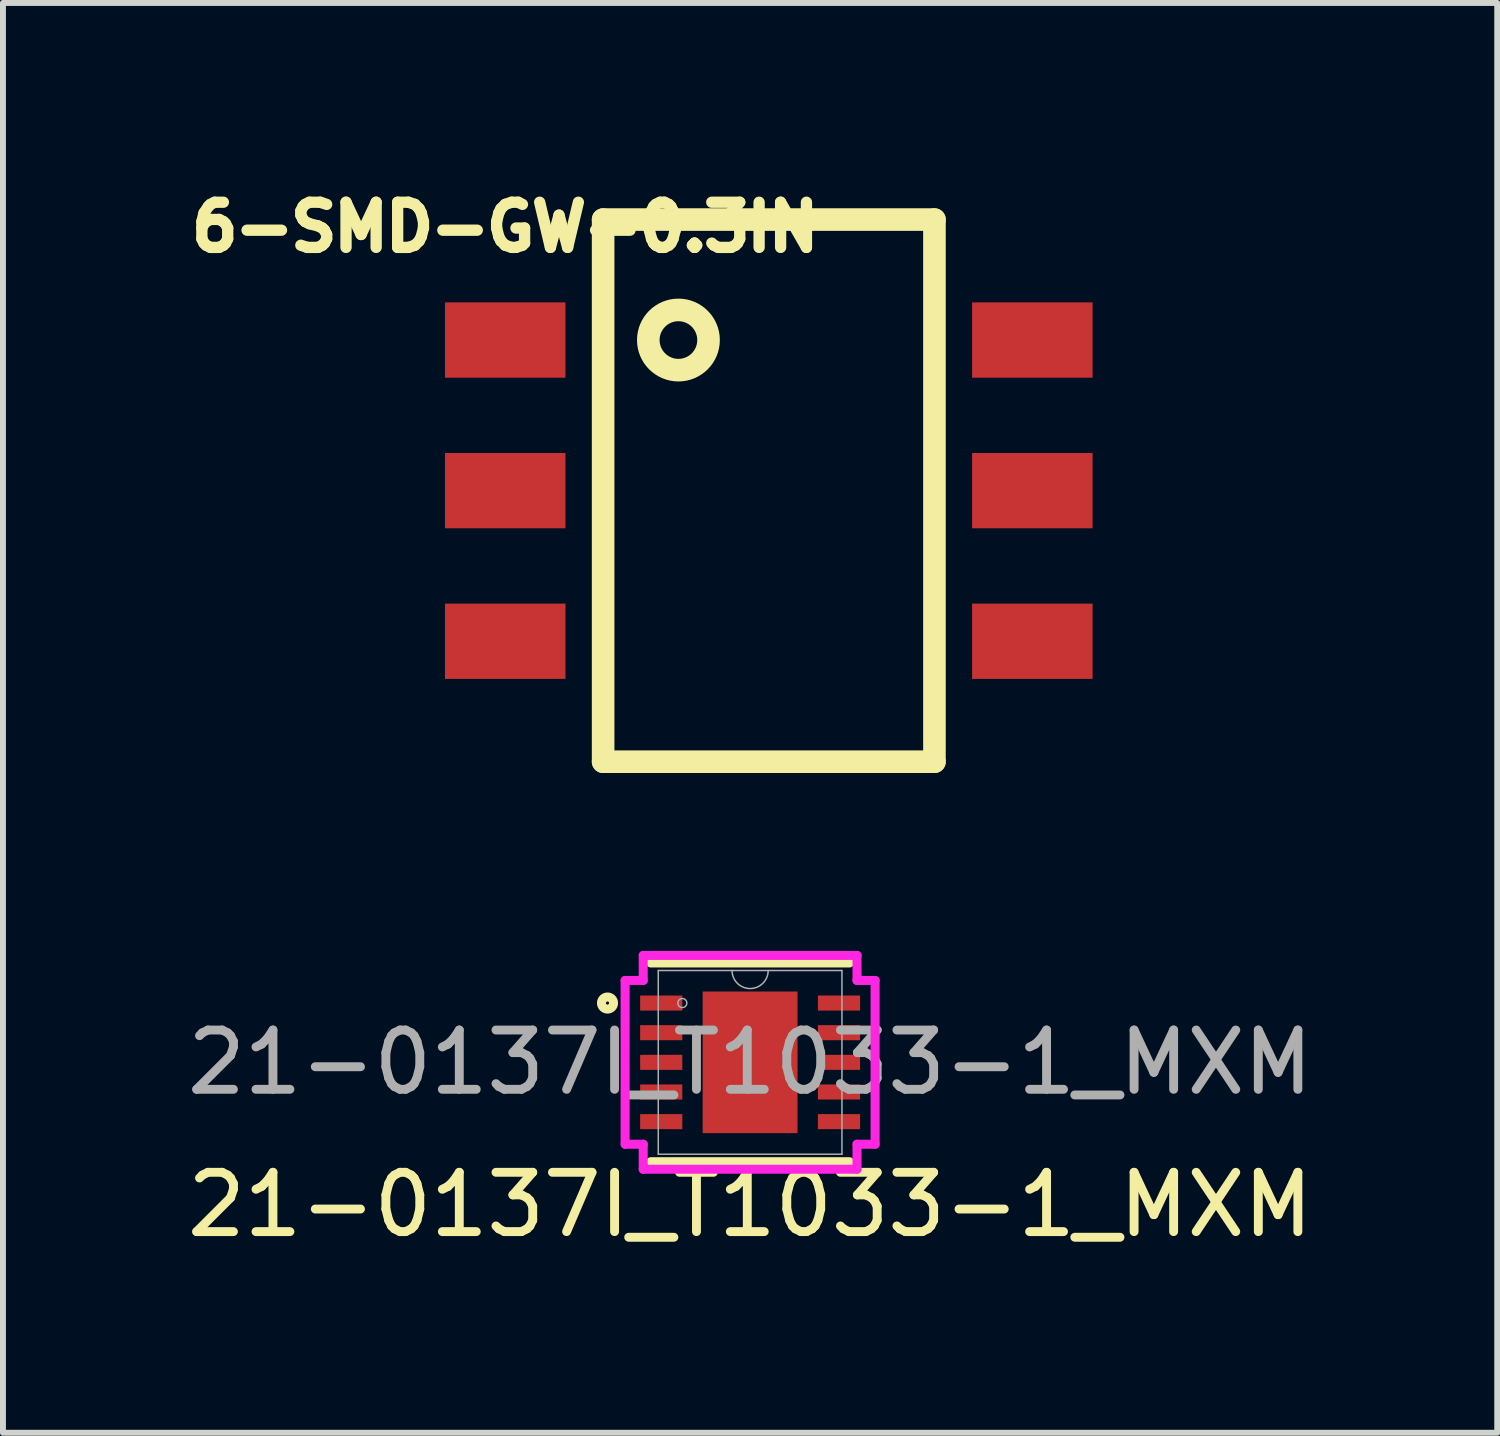
<source format=kicad_pcb>
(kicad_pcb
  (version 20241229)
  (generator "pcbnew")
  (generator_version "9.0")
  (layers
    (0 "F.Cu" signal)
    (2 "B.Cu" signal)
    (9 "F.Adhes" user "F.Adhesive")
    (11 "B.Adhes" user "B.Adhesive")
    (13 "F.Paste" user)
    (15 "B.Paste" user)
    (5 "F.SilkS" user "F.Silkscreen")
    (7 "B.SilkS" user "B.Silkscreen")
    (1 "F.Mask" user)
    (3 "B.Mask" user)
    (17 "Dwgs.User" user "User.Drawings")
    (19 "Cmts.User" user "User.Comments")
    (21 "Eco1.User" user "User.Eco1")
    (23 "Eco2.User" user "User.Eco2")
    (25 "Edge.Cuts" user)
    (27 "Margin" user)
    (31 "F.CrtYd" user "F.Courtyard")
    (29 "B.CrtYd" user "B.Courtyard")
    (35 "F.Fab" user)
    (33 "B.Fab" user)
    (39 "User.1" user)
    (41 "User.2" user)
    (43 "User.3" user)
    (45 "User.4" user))
  (footprint "21-0137I_T1033-1_MXM"
    (layer "F.Cu")
    (at 9.601 14.867)
    (property "Reference" "21-0137I_T1033-1_MXM" (at 0 2.4 0) (unlocked yes) (layer "F.SilkS") (effects (font (size 1 1) (thickness 0.15))))
    (attr smd)
    (fp_line (start -1.676 1.676) (end 1.676 1.676) (stroke (width 0.152) (type solid)) (layer "F.SilkS"))
    (fp_line (start 1.676 -1.676) (end -1.676 -1.676) (stroke (width 0.152) (type solid)) (layer "F.SilkS"))
    (fp_circle (center -2.405 -1) (end -2.303 -1) (stroke (width 0.152) (type solid)) (fill no) (layer "F.SilkS"))
    (fp_line (start -2.108 -1.381) (end -1.803 -1.381) (stroke (width 0.152) (type solid)) (layer "F.CrtYd"))
    (fp_line (start -2.108 1.381) (end -2.108 -1.381) (stroke (width 0.152) (type solid)) (layer "F.CrtYd"))
    (fp_line (start -2.108 1.381) (end -1.803 1.381) (stroke (width 0.152) (type solid)) (layer "F.CrtYd"))
    (fp_line (start -1.803 -1.803) (end 1.803 -1.803) (stroke (width 0.152) (type solid)) (layer "F.CrtYd"))
    (fp_line (start -1.803 -1.381) (end -1.803 -1.803) (stroke (width 0.152) (type solid)) (layer "F.CrtYd"))
    (fp_line (start -1.803 1.803) (end -1.803 1.381) (stroke (width 0.152) (type solid)) (layer "F.CrtYd"))
    (fp_line (start 1.803 -1.803) (end 1.803 -1.381) (stroke (width 0.152) (type solid)) (layer "F.CrtYd"))
    (fp_line (start 1.803 1.381) (end 1.803 1.803) (stroke (width 0.152) (type solid)) (layer "F.CrtYd"))
    (fp_line (start 1.803 1.803) (end -1.803 1.803) (stroke (width 0.152) (type solid)) (layer "F.CrtYd"))
    (fp_line (start 2.108 -1.381) (end 1.803 -1.381) (stroke (width 0.152) (type solid)) (layer "F.CrtYd"))
    (fp_line (start 2.108 -1.381) (end 2.108 1.381) (stroke (width 0.152) (type solid)) (layer "F.CrtYd"))
    (fp_line (start 2.108 1.381) (end 1.803 1.381) (stroke (width 0.152) (type solid)) (layer "F.CrtYd"))
    (fp_line (start -1.549 -1.549) (end -1.549 1.549) (stroke (width 0.025) (type solid)) (layer "F.Fab"))
    (fp_line (start -1.549 1.549) (end 1.549 1.549) (stroke (width 0.025) (type solid)) (layer "F.Fab"))
    (fp_line (start 1.549 -1.549) (end -1.549 -1.549) (stroke (width 0.025) (type solid)) (layer "F.Fab"))
    (fp_line (start 1.549 1.549) (end 1.549 -1.549) (stroke (width 0.025) (type solid)) (layer "F.Fab"))
    (fp_arc (start 0.3048 -1.5494) (mid 0 -1.2446) (end -0.3048 -1.5494) (stroke (width 0.0254) (type solid)) (layer "F.Fab"))
    (fp_circle (center -1.143 -1) (end -1.067 -1) (stroke (width 0.025) (type solid)) (fill no) (layer "F.Fab"))
    (fp_text user "${REFERENCE}" (at 0 0 0) (unlocked yes) (layer "F.Fab") (effects (font (size 1 1) (thickness 0.15))))
    (pad "1" smd rect (at -1.499 -1) (size 0.711 0.254) (layers "F.Cu" "F.Mask" "F.Paste"))
    (pad "2" smd rect (at -1.499 -0.5) (size 0.711 0.254) (layers "F.Cu" "F.Mask" "F.Paste"))
    (pad "3" smd rect (at -1.499 0) (size 0.711 0.254) (layers "F.Cu" "F.Mask" "F.Paste"))
    (pad "4" smd rect (at -1.499 0.5) (size 0.711 0.254) (layers "F.Cu" "F.Mask" "F.Paste"))
    (pad "5" smd rect (at -1.499 1) (size 0.711 0.254) (layers "F.Cu" "F.Mask" "F.Paste"))
    (pad "6" smd rect (at 1.499 1) (size 0.711 0.254) (layers "F.Cu" "F.Mask" "F.Paste"))
    (pad "7" smd rect (at 1.499 0.5) (size 0.711 0.254) (layers "F.Cu" "F.Mask" "F.Paste"))
    (pad "8" smd rect (at 1.499 0) (size 0.711 0.254) (layers "F.Cu" "F.Mask" "F.Paste"))
    (pad "9" smd rect (at 1.499 -0.5) (size 0.711 0.254) (layers "F.Cu" "F.Mask" "F.Paste"))
    (pad "10" smd rect (at 1.499 -1) (size 0.711 0.254) (layers "F.Cu" "F.Mask" "F.Paste"))
    (pad "11" smd rect (at 0 0) (size 1.6 2.388) (layers "F.Cu" "F.Mask" "F.Paste")))
  (footprint "6-SMD-GW-0.3IN"
    (layer "F.Cu")
    (at 9.916 5.225)
    (property "Reference" "6-SMD-GW-0.3IN" (at -4.445 -4.445 0) (layer "F.SilkS") (effects (font (size 0.762 0.762) (thickness 0.191))))
    (property "Value" "${VALUE}" (at 0 0 90) (layer "F.SilkS") (hide yes) (effects (font (size 0.762 0.762) (thickness 0.191))))
    (attr through_hole)
    (fp_line (start -2.794 -4.572) (end -2.794 4.572) (stroke (width 0.381) (type solid)) (layer "F.SilkS"))
    (fp_line (start -2.794 4.572) (end 2.794 4.572) (stroke (width 0.381) (type solid)) (layer "F.SilkS"))
    (fp_line (start 2.794 -4.572) (end -2.794 -4.572) (stroke (width 0.381) (type solid)) (layer "F.SilkS"))
    (fp_line (start 2.794 4.572) (end 2.794 -4.572) (stroke (width 0.381) (type solid)) (layer "F.SilkS"))
    (fp_circle (center -1.524 -2.54) (end -1.524 -3.048) (stroke (width 0.381) (type solid)) (fill no) (layer "F.SilkS"))
    (pad "1" smd rect (at -4.445 -2.54) (size 2.032 1.27) (layers "F.Cu" "F.Mask" "F.Paste"))
    (pad "2" smd rect (at -4.445 0) (size 2.032 1.27) (layers "F.Cu" "F.Mask" "F.Paste"))
    (pad "3" smd rect (at -4.445 2.54) (size 2.032 1.27) (layers "F.Cu" "F.Mask" "F.Paste"))
    (pad "4" smd rect (at 4.445 2.54) (size 2.032 1.27) (layers "F.Cu" "F.Mask" "F.Paste"))
    (pad "5" smd rect (at 4.445 0) (size 2.032 1.27) (layers "F.Cu" "F.Mask" "F.Paste"))
    (pad "6" smd rect (at 4.445 -2.54) (size 2.032 1.27) (layers "F.Cu" "F.Mask" "F.Paste")))
  (gr_rect
    (start -3 -3)
    (end 22.202 21.115)
    (stroke (width 0.1) (type default))
    (fill no)
    (layer "Edge.Cuts")))
</source>
